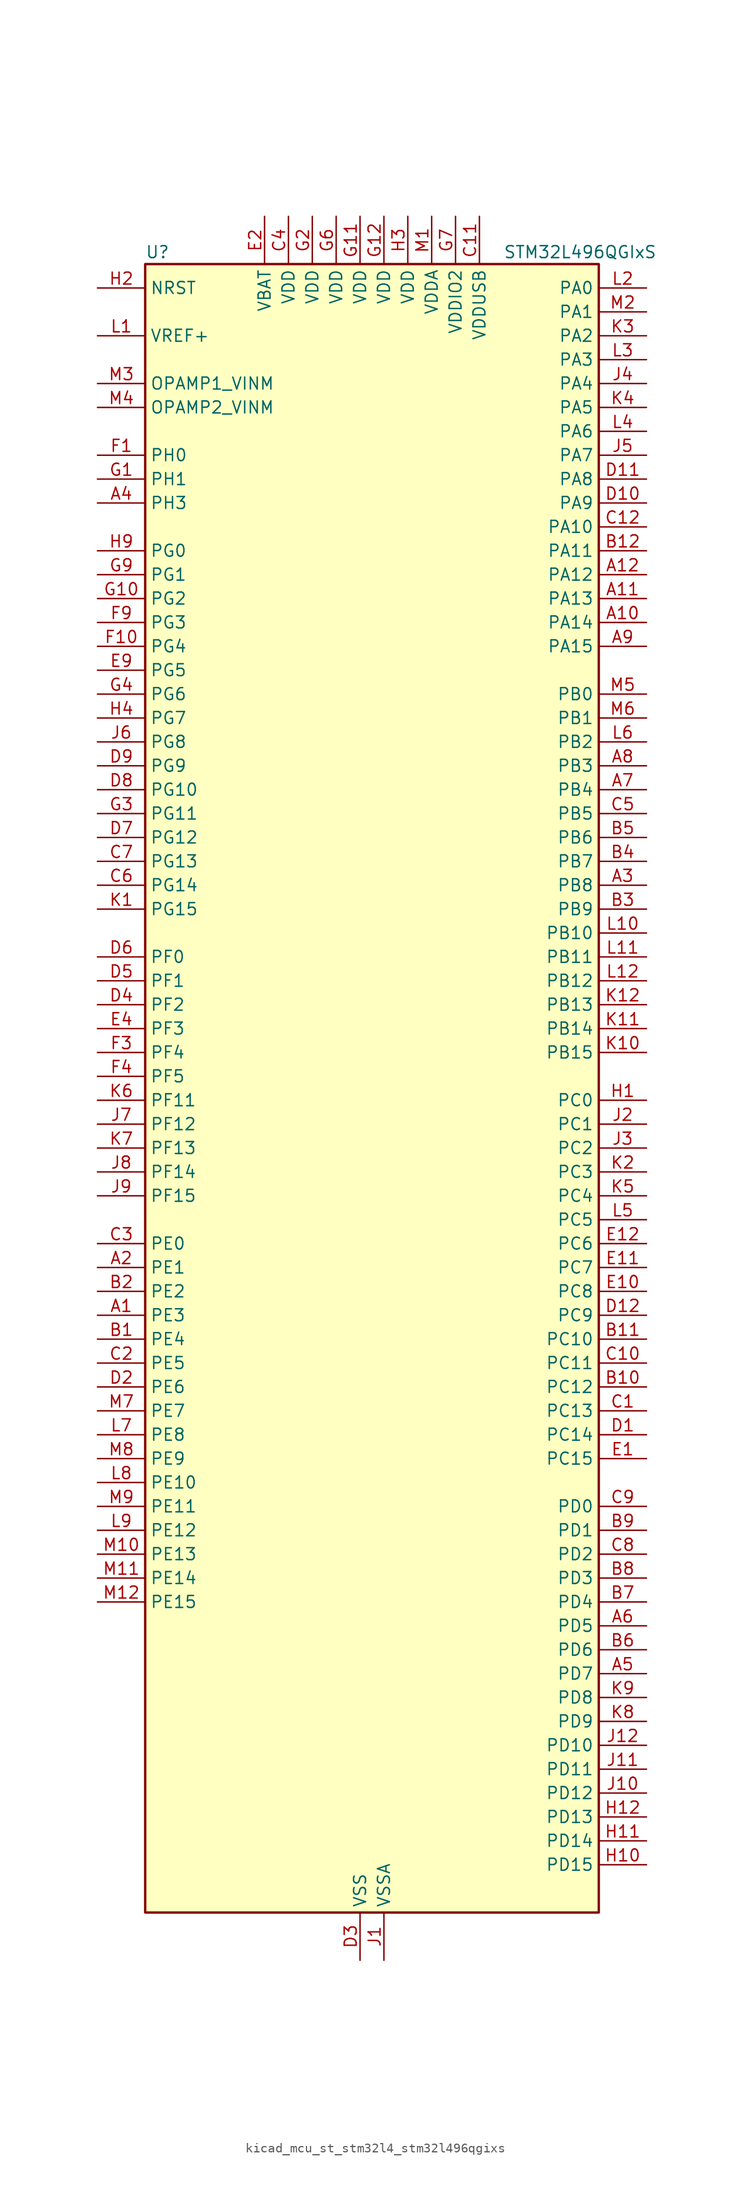
<source format=kicad_sym>
(kicad_symbol_lib
  (version 20220914)
  (generator kicad_symbol_editor)
  (symbol "kicad_mcu_st_stm32l4_stm32l496qgixs"
    (property "Reference" "U"
      (at -22.86 90.17 0)
      (effects (font (size 1.27 1.27)) (justify left)))
    (property "Value" "STM32L496QGIxS"
      (at 15.24 90.17 0)
      (effects (font (size 1.27 1.27)) (justify left)))
    (property "ki_locked" ""
      (at 0 0 0)
      (effects (font (size 1.27 1.27))))
    (symbol "kicad_mcu_st_stm32l4_stm32l496qgixs_0_1"
      (rectangle (start -22.86 -86.36) (end 25.4 88.9) (stroke (width 0.254) (type default)) (fill (type background))))
    (symbol "kicad_mcu_st_stm32l4_stm32l496qgixs_1_1"
      (pin bidirectional line (at -27.94 -22.86 0) (length 5.08) (name "PE3" (effects (font (size 1.27 1.27)))) (number "A1" (effects (font (size 1.27 1.27)))) (alternate "FMC_A19" bidirectional line) (alternate "LCD_SEG39" bidirectional line) (alternate "SAI1_SD_B" bidirectional line) (alternate "SYS_TRACED0" bidirectional line) (alternate "TIM3_CH1" bidirectional line) (alternate "TSC_G7_IO2" bidirectional line))
      (pin bidirectional line (at 30.48 50.8 180) (length 5.08) (name "PA14" (effects (font (size 1.27 1.27)))) (number "A10" (effects (font (size 1.27 1.27)))) (alternate "I2C1_SMBA" bidirectional line) (alternate "I2C4_SMBA" bidirectional line) (alternate "LPTIM1_OUT" bidirectional line) (alternate "SAI1_FS_B" bidirectional line) (alternate "SWPMI1_RX" bidirectional line) (alternate "SYS_JTCK-SWCLK" bidirectional line) (alternate "USB_OTG_FS_SOF" bidirectional line))
      (pin bidirectional line (at 30.48 53.34 180) (length 5.08) (name "PA13" (effects (font (size 1.27 1.27)))) (number "A11" (effects (font (size 1.27 1.27)))) (alternate "IR_OUT" bidirectional line) (alternate "SAI1_SD_B" bidirectional line) (alternate "SWPMI1_TX" bidirectional line) (alternate "SYS_JTMS-SWDIO" bidirectional line) (alternate "USB_OTG_FS_NOE" bidirectional line))
      (pin bidirectional line (at 30.48 55.88 180) (length 5.08) (name "PA12" (effects (font (size 1.27 1.27)))) (number "A12" (effects (font (size 1.27 1.27)))) (alternate "CAN1_TX" bidirectional line) (alternate "SPI1_MOSI" bidirectional line) (alternate "TIM1_ETR" bidirectional line) (alternate "USART1_DE" bidirectional line) (alternate "USART1_RTS" bidirectional line) (alternate "USB_OTG_FS_DP" bidirectional line))
      (pin bidirectional line (at -27.94 -17.78 0) (length 5.08) (name "PE1" (effects (font (size 1.27 1.27)))) (number "A2" (effects (font (size 1.27 1.27)))) (alternate "DCMI_D3" bidirectional line) (alternate "FMC_NBL1" bidirectional line) (alternate "LCD_SEG37" bidirectional line) (alternate "TIM17_CH1" bidirectional line))
      (pin bidirectional line (at 30.48 22.86 180) (length 5.08) (name "PB8" (effects (font (size 1.27 1.27)))) (number "A3" (effects (font (size 1.27 1.27)))) (alternate "CAN1_RX" bidirectional line) (alternate "DCMI_D6" bidirectional line) (alternate "DFSDM1_DATIN6" bidirectional line) (alternate "I2C1_SCL" bidirectional line) (alternate "LCD_SEG16" bidirectional line) (alternate "SAI1_MCLK_A" bidirectional line) (alternate "SDMMC1_D4" bidirectional line) (alternate "TIM16_CH1" bidirectional line) (alternate "TIM4_CH3" bidirectional line))
      (pin bidirectional line (at -27.94 63.5 0) (length 5.08) (name "PH3" (effects (font (size 1.27 1.27)))) (number "A4" (effects (font (size 1.27 1.27)))))
      (pin bidirectional line (at 30.48 -60.96 180) (length 5.08) (name "PD7" (effects (font (size 1.27 1.27)))) (number "A5" (effects (font (size 1.27 1.27)))) (alternate "DFSDM1_CKIN1" bidirectional line) (alternate "FMC_NE1" bidirectional line) (alternate "QUADSPI_BK2_IO3" bidirectional line) (alternate "USART2_CK" bidirectional line))
      (pin bidirectional line (at 30.48 -55.88 180) (length 5.08) (name "PD5" (effects (font (size 1.27 1.27)))) (number "A6" (effects (font (size 1.27 1.27)))) (alternate "FMC_NWE" bidirectional line) (alternate "QUADSPI_BK2_IO1" bidirectional line) (alternate "USART2_TX" bidirectional line))
      (pin bidirectional line (at 30.48 33.02 180) (length 5.08) (name "PB4" (effects (font (size 1.27 1.27)))) (number "A7" (effects (font (size 1.27 1.27)))) (alternate "COMP2_INP" bidirectional line) (alternate "DCMI_D12" bidirectional line) (alternate "I2C3_SDA" bidirectional line) (alternate "LCD_SEG8" bidirectional line) (alternate "SAI1_MCLK_B" bidirectional line) (alternate "SPI1_MISO" bidirectional line) (alternate "SPI3_MISO" bidirectional line) (alternate "SYS_JTRST" bidirectional line) (alternate "TIM17_BKIN" bidirectional line) (alternate "TIM3_CH1" bidirectional line) (alternate "TSC_G2_IO1" bidirectional line) (alternate "UART5_DE" bidirectional line) (alternate "UART5_RTS" bidirectional line) (alternate "USART1_CTS" bidirectional line))
      (pin bidirectional line (at 30.48 35.56 180) (length 5.08) (name "PB3" (effects (font (size 1.27 1.27)))) (number "A8" (effects (font (size 1.27 1.27)))) (alternate "COMP2_INM" bidirectional line) (alternate "CRS_SYNC" bidirectional line) (alternate "LCD_SEG7" bidirectional line) (alternate "SAI1_SCK_B" bidirectional line) (alternate "SPI1_SCK" bidirectional line) (alternate "SPI3_SCK" bidirectional line) (alternate "SYS_JTDO-SWO" bidirectional line) (alternate "TIM2_CH2" bidirectional line) (alternate "USART1_DE" bidirectional line) (alternate "USART1_RTS" bidirectional line))
      (pin bidirectional line (at 30.48 48.26 180) (length 5.08) (name "PA15" (effects (font (size 1.27 1.27)))) (number "A9" (effects (font (size 1.27 1.27)))) (alternate "ADC1_EXTI15" bidirectional line) (alternate "ADC2_EXTI15" bidirectional line) (alternate "ADC3_EXTI15" bidirectional line) (alternate "LCD_SEG17" bidirectional line) (alternate "SAI2_FS_B" bidirectional line) (alternate "SPI1_NSS" bidirectional line) (alternate "SPI3_NSS" bidirectional line) (alternate "SWPMI1_SUSPEND" bidirectional line) (alternate "SYS_JTDI" bidirectional line) (alternate "TIM2_CH1" bidirectional line) (alternate "TIM2_ETR" bidirectional line) (alternate "TSC_G3_IO1" bidirectional line) (alternate "UART4_DE" bidirectional line) (alternate "UART4_RTS" bidirectional line) (alternate "USART2_RX" bidirectional line) (alternate "USART3_DE" bidirectional line) (alternate "USART3_RTS" bidirectional line))
      (pin bidirectional line (at -27.94 -25.4 0) (length 5.08) (name "PE4" (effects (font (size 1.27 1.27)))) (number "B1" (effects (font (size 1.27 1.27)))) (alternate "DCMI_D4" bidirectional line) (alternate "DFSDM1_DATIN3" bidirectional line) (alternate "FMC_A20" bidirectional line) (alternate "SAI1_FS_A" bidirectional line) (alternate "SYS_TRACED1" bidirectional line) (alternate "TIM3_CH2" bidirectional line) (alternate "TSC_G7_IO3" bidirectional line))
      (pin bidirectional line (at 30.48 -30.48 180) (length 5.08) (name "PC12" (effects (font (size 1.27 1.27)))) (number "B10" (effects (font (size 1.27 1.27)))) (alternate "DCMI_D9" bidirectional line) (alternate "LCD_COM6" bidirectional line) (alternate "LCD_SEG30" bidirectional line) (alternate "LCD_SEG42" bidirectional line) (alternate "SAI2_SD_B" bidirectional line) (alternate "SDMMC1_CK" bidirectional line) (alternate "SPI3_MOSI" bidirectional line) (alternate "SYS_TRACED3" bidirectional line) (alternate "TSC_G3_IO4" bidirectional line) (alternate "UART5_TX" bidirectional line) (alternate "USART3_CK" bidirectional line))
      (pin bidirectional line (at 30.48 -25.4 180) (length 5.08) (name "PC10" (effects (font (size 1.27 1.27)))) (number "B11" (effects (font (size 1.27 1.27)))) (alternate "DCMI_D8" bidirectional line) (alternate "LCD_COM4" bidirectional line) (alternate "LCD_SEG28" bidirectional line) (alternate "LCD_SEG40" bidirectional line) (alternate "SAI2_SCK_B" bidirectional line) (alternate "SDMMC1_D2" bidirectional line) (alternate "SPI3_SCK" bidirectional line) (alternate "SYS_TRACED1" bidirectional line) (alternate "TSC_G3_IO2" bidirectional line) (alternate "UART4_TX" bidirectional line) (alternate "USART3_TX" bidirectional line))
      (pin bidirectional line (at 30.48 58.42 180) (length 5.08) (name "PA11" (effects (font (size 1.27 1.27)))) (number "B12" (effects (font (size 1.27 1.27)))) (alternate "ADC1_EXTI11" bidirectional line) (alternate "ADC2_EXTI11" bidirectional line) (alternate "ADC3_EXTI11" bidirectional line) (alternate "CAN1_RX" bidirectional line) (alternate "SPI1_MISO" bidirectional line) (alternate "TIM1_BKIN2" bidirectional line) (alternate "TIM1_BKIN2_COMP1" bidirectional line) (alternate "TIM1_CH4" bidirectional line) (alternate "USART1_CTS" bidirectional line) (alternate "USB_OTG_FS_DM" bidirectional line))
      (pin bidirectional line (at -27.94 -20.32 0) (length 5.08) (name "PE2" (effects (font (size 1.27 1.27)))) (number "B2" (effects (font (size 1.27 1.27)))) (alternate "FMC_A23" bidirectional line) (alternate "LCD_SEG38" bidirectional line) (alternate "SAI1_MCLK_A" bidirectional line) (alternate "SYS_TRACECLK" bidirectional line) (alternate "TIM3_ETR" bidirectional line) (alternate "TSC_G7_IO1" bidirectional line))
      (pin bidirectional line (at 30.48 20.32 180) (length 5.08) (name "PB9" (effects (font (size 1.27 1.27)))) (number "B3" (effects (font (size 1.27 1.27)))) (alternate "CAN1_TX" bidirectional line) (alternate "DAC1_EXTI9" bidirectional line) (alternate "DCMI_D7" bidirectional line) (alternate "DFSDM1_CKIN6" bidirectional line) (alternate "I2C1_SDA" bidirectional line) (alternate "IR_OUT" bidirectional line) (alternate "LCD_COM3" bidirectional line) (alternate "SAI1_FS_A" bidirectional line) (alternate "SDMMC1_D5" bidirectional line) (alternate "SPI2_NSS" bidirectional line) (alternate "TIM17_CH1" bidirectional line) (alternate "TIM4_CH4" bidirectional line))
      (pin bidirectional line (at 30.48 25.4 180) (length 5.08) (name "PB7" (effects (font (size 1.27 1.27)))) (number "B4" (effects (font (size 1.27 1.27)))) (alternate "COMP2_INM" bidirectional line) (alternate "DCMI_VSYNC" bidirectional line) (alternate "DFSDM1_CKIN5" bidirectional line) (alternate "FMC_NL" bidirectional line) (alternate "I2C1_SDA" bidirectional line) (alternate "I2C4_SDA" bidirectional line) (alternate "LCD_SEG21" bidirectional line) (alternate "LPTIM1_IN2" bidirectional line) (alternate "SYS_PVD_IN" bidirectional line) (alternate "TIM17_CH1N" bidirectional line) (alternate "TIM4_CH2" bidirectional line) (alternate "TIM8_BKIN" bidirectional line) (alternate "TIM8_BKIN_COMP1" bidirectional line) (alternate "TSC_G2_IO4" bidirectional line) (alternate "UART4_CTS" bidirectional line) (alternate "USART1_RX" bidirectional line))
      (pin bidirectional line (at 30.48 27.94 180) (length 5.08) (name "PB6" (effects (font (size 1.27 1.27)))) (number "B5" (effects (font (size 1.27 1.27)))) (alternate "CAN2_TX" bidirectional line) (alternate "COMP2_INP" bidirectional line) (alternate "DCMI_D5" bidirectional line) (alternate "DFSDM1_DATIN5" bidirectional line) (alternate "I2C1_SCL" bidirectional line) (alternate "I2C4_SCL" bidirectional line) (alternate "LPTIM1_ETR" bidirectional line) (alternate "SAI1_FS_B" bidirectional line) (alternate "TIM16_CH1N" bidirectional line) (alternate "TIM4_CH1" bidirectional line) (alternate "TIM8_BKIN2" bidirectional line) (alternate "TIM8_BKIN2_COMP2" bidirectional line) (alternate "TSC_G2_IO3" bidirectional line) (alternate "USART1_TX" bidirectional line))
      (pin bidirectional line (at 30.48 -58.42 180) (length 5.08) (name "PD6" (effects (font (size 1.27 1.27)))) (number "B6" (effects (font (size 1.27 1.27)))) (alternate "DCMI_D10" bidirectional line) (alternate "DFSDM1_DATIN1" bidirectional line) (alternate "FMC_NWAIT" bidirectional line) (alternate "QUADSPI_BK2_IO1" bidirectional line) (alternate "QUADSPI_BK2_IO2" bidirectional line) (alternate "SAI1_SD_A" bidirectional line) (alternate "USART2_RX" bidirectional line))
      (pin bidirectional line (at 30.48 -53.34 180) (length 5.08) (name "PD4" (effects (font (size 1.27 1.27)))) (number "B7" (effects (font (size 1.27 1.27)))) (alternate "DFSDM1_CKIN0" bidirectional line) (alternate "FMC_NOE" bidirectional line) (alternate "QUADSPI_BK2_IO0" bidirectional line) (alternate "SPI2_MOSI" bidirectional line) (alternate "USART2_DE" bidirectional line) (alternate "USART2_RTS" bidirectional line))
      (pin bidirectional line (at 30.48 -50.8 180) (length 5.08) (name "PD3" (effects (font (size 1.27 1.27)))) (number "B8" (effects (font (size 1.27 1.27)))) (alternate "DCMI_D5" bidirectional line) (alternate "DFSDM1_DATIN0" bidirectional line) (alternate "FMC_CLK" bidirectional line) (alternate "QUADSPI_BK2_NCS" bidirectional line) (alternate "SPI2_MISO" bidirectional line) (alternate "SPI2_SCK" bidirectional line) (alternate "USART2_CTS" bidirectional line))
      (pin bidirectional line (at 30.48 -45.72 180) (length 5.08) (name "PD1" (effects (font (size 1.27 1.27)))) (number "B9" (effects (font (size 1.27 1.27)))) (alternate "CAN1_TX" bidirectional line) (alternate "DFSDM1_CKIN7" bidirectional line) (alternate "FMC_D3" bidirectional line) (alternate "FMC_DA3" bidirectional line) (alternate "SPI2_SCK" bidirectional line))
      (pin bidirectional line (at 30.48 -33.02 180) (length 5.08) (name "PC13" (effects (font (size 1.27 1.27)))) (number "C1" (effects (font (size 1.27 1.27)))) (alternate "RTC_OUT_ALARM" bidirectional line) (alternate "RTC_OUT_CALIB" bidirectional line) (alternate "RTC_TAMP1" bidirectional line) (alternate "RTC_TS" bidirectional line) (alternate "SYS_WKUP2" bidirectional line))
      (pin bidirectional line (at 30.48 -27.94 180) (length 5.08) (name "PC11" (effects (font (size 1.27 1.27)))) (number "C10" (effects (font (size 1.27 1.27)))) (alternate "ADC1_EXTI11" bidirectional line) (alternate "ADC2_EXTI11" bidirectional line) (alternate "ADC3_EXTI11" bidirectional line) (alternate "DCMI_D4" bidirectional line) (alternate "LCD_COM5" bidirectional line) (alternate "LCD_SEG29" bidirectional line) (alternate "LCD_SEG41" bidirectional line) (alternate "QUADSPI_BK2_NCS" bidirectional line) (alternate "SAI2_MCLK_B" bidirectional line) (alternate "SDMMC1_D3" bidirectional line) (alternate "SPI3_MISO" bidirectional line) (alternate "TSC_G3_IO3" bidirectional line) (alternate "UART4_RX" bidirectional line) (alternate "USART3_RX" bidirectional line))
      (pin power_in line (at 12.7 93.98 270) (length 5.08) (name "VDDUSB" (effects (font (size 1.27 1.27)))) (number "C11" (effects (font (size 1.27 1.27)))))
      (pin bidirectional line (at 30.48 60.96 180) (length 5.08) (name "PA10" (effects (font (size 1.27 1.27)))) (number "C12" (effects (font (size 1.27 1.27)))) (alternate "DCMI_D1" bidirectional line) (alternate "LCD_COM2" bidirectional line) (alternate "SAI1_SD_A" bidirectional line) (alternate "TIM17_BKIN" bidirectional line) (alternate "TIM1_CH3" bidirectional line) (alternate "USART1_RX" bidirectional line) (alternate "USB_OTG_FS_ID" bidirectional line))
      (pin bidirectional line (at -27.94 -27.94 0) (length 5.08) (name "PE5" (effects (font (size 1.27 1.27)))) (number "C2" (effects (font (size 1.27 1.27)))) (alternate "DCMI_D6" bidirectional line) (alternate "DFSDM1_CKIN3" bidirectional line) (alternate "FMC_A21" bidirectional line) (alternate "SAI1_SCK_A" bidirectional line) (alternate "SYS_TRACED2" bidirectional line) (alternate "TIM3_CH3" bidirectional line) (alternate "TSC_G7_IO4" bidirectional line))
      (pin bidirectional line (at -27.94 -15.24 0) (length 5.08) (name "PE0" (effects (font (size 1.27 1.27)))) (number "C3" (effects (font (size 1.27 1.27)))) (alternate "DCMI_D2" bidirectional line) (alternate "FMC_NBL0" bidirectional line) (alternate "LCD_SEG36" bidirectional line) (alternate "TIM16_CH1" bidirectional line) (alternate "TIM4_ETR" bidirectional line))
      (pin power_in line (at -7.62 93.98 270) (length 5.08) (name "VDD" (effects (font (size 1.27 1.27)))) (number "C4" (effects (font (size 1.27 1.27)))))
      (pin bidirectional line (at 30.48 30.48 180) (length 5.08) (name "PB5" (effects (font (size 1.27 1.27)))) (number "C5" (effects (font (size 1.27 1.27)))) (alternate "CAN2_RX" bidirectional line) (alternate "COMP2_OUT" bidirectional line) (alternate "DCMI_D10" bidirectional line) (alternate "I2C1_SMBA" bidirectional line) (alternate "LCD_SEG9" bidirectional line) (alternate "LPTIM1_IN1" bidirectional line) (alternate "SAI1_SD_B" bidirectional line) (alternate "SPI1_MOSI" bidirectional line) (alternate "SPI3_MOSI" bidirectional line) (alternate "TIM16_BKIN" bidirectional line) (alternate "TIM3_CH2" bidirectional line) (alternate "TSC_G2_IO2" bidirectional line) (alternate "UART5_CTS" bidirectional line) (alternate "USART1_CK" bidirectional line))
      (pin bidirectional line (at -27.94 22.86 0) (length 5.08) (name "PG14" (effects (font (size 1.27 1.27)))) (number "C6" (effects (font (size 1.27 1.27)))) (alternate "FMC_A25" bidirectional line) (alternate "I2C1_SCL" bidirectional line))
      (pin bidirectional line (at -27.94 25.4 0) (length 5.08) (name "PG13" (effects (font (size 1.27 1.27)))) (number "C7" (effects (font (size 1.27 1.27)))) (alternate "FMC_A24" bidirectional line) (alternate "I2C1_SDA" bidirectional line) (alternate "USART1_CK" bidirectional line))
      (pin bidirectional line (at 30.48 -48.26 180) (length 5.08) (name "PD2" (effects (font (size 1.27 1.27)))) (number "C8" (effects (font (size 1.27 1.27)))) (alternate "DCMI_D11" bidirectional line) (alternate "LCD_COM7" bidirectional line) (alternate "LCD_SEG31" bidirectional line) (alternate "LCD_SEG43" bidirectional line) (alternate "SDMMC1_CMD" bidirectional line) (alternate "SYS_TRACED2" bidirectional line) (alternate "TIM3_ETR" bidirectional line) (alternate "TSC_SYNC" bidirectional line) (alternate "UART5_RX" bidirectional line) (alternate "USART3_DE" bidirectional line) (alternate "USART3_RTS" bidirectional line))
      (pin bidirectional line (at 30.48 -43.18 180) (length 5.08) (name "PD0" (effects (font (size 1.27 1.27)))) (number "C9" (effects (font (size 1.27 1.27)))) (alternate "CAN1_RX" bidirectional line) (alternate "DFSDM1_DATIN7" bidirectional line) (alternate "FMC_D2" bidirectional line) (alternate "FMC_DA2" bidirectional line) (alternate "SPI2_NSS" bidirectional line))
      (pin bidirectional line (at 30.48 -35.56 180) (length 5.08) (name "PC14" (effects (font (size 1.27 1.27)))) (number "D1" (effects (font (size 1.27 1.27)))) (alternate "RCC_OSC32_IN" bidirectional line))
      (pin bidirectional line (at 30.48 63.5 180) (length 5.08) (name "PA9" (effects (font (size 1.27 1.27)))) (number "D10" (effects (font (size 1.27 1.27)))) (alternate "DAC1_EXTI9" bidirectional line) (alternate "DCMI_D0" bidirectional line) (alternate "LCD_COM1" bidirectional line) (alternate "SAI1_FS_A" bidirectional line) (alternate "SPI2_SCK" bidirectional line) (alternate "TIM15_BKIN" bidirectional line) (alternate "TIM1_CH2" bidirectional line) (alternate "USART1_TX" bidirectional line) (alternate "USB_OTG_FS_VBUS" bidirectional line))
      (pin bidirectional line (at 30.48 66.04 180) (length 5.08) (name "PA8" (effects (font (size 1.27 1.27)))) (number "D11" (effects (font (size 1.27 1.27)))) (alternate "LCD_COM0" bidirectional line) (alternate "LPTIM2_OUT" bidirectional line) (alternate "RCC_MCO" bidirectional line) (alternate "SAI1_SCK_A" bidirectional line) (alternate "SWPMI1_IO" bidirectional line) (alternate "TIM1_CH1" bidirectional line) (alternate "USART1_CK" bidirectional line) (alternate "USB_OTG_FS_SOF" bidirectional line))
      (pin bidirectional line (at 30.48 -22.86 180) (length 5.08) (name "PC9" (effects (font (size 1.27 1.27)))) (number "D12" (effects (font (size 1.27 1.27)))) (alternate "DAC1_EXTI9" bidirectional line) (alternate "DCMI_D3" bidirectional line) (alternate "I2C3_SDA" bidirectional line) (alternate "LCD_SEG27" bidirectional line) (alternate "SAI2_EXTCLK" bidirectional line) (alternate "SDMMC1_D1" bidirectional line) (alternate "TIM3_CH4" bidirectional line) (alternate "TIM8_BKIN2" bidirectional line) (alternate "TIM8_BKIN2_COMP1" bidirectional line) (alternate "TIM8_CH4" bidirectional line) (alternate "TSC_G4_IO4" bidirectional line) (alternate "USB_OTG_FS_NOE" bidirectional line))
      (pin bidirectional line (at -27.94 -30.48 0) (length 5.08) (name "PE6" (effects (font (size 1.27 1.27)))) (number "D2" (effects (font (size 1.27 1.27)))) (alternate "DCMI_D7" bidirectional line) (alternate "FMC_A22" bidirectional line) (alternate "RTC_TAMP3" bidirectional line) (alternate "SAI1_SD_A" bidirectional line) (alternate "SYS_TRACED3" bidirectional line) (alternate "SYS_WKUP3" bidirectional line) (alternate "TIM3_CH4" bidirectional line))
      (pin power_in line (at 0 -91.44 90) (length 5.08) (name "VSS" (effects (font (size 1.27 1.27)))) (number "D3" (effects (font (size 1.27 1.27)))))
      (pin bidirectional line (at -27.94 10.16 0) (length 5.08) (name "PF2" (effects (font (size 1.27 1.27)))) (number "D4" (effects (font (size 1.27 1.27)))) (alternate "FMC_A2" bidirectional line) (alternate "I2C2_SMBA" bidirectional line))
      (pin bidirectional line (at -27.94 12.7 0) (length 5.08) (name "PF1" (effects (font (size 1.27 1.27)))) (number "D5" (effects (font (size 1.27 1.27)))) (alternate "FMC_A1" bidirectional line) (alternate "I2C2_SCL" bidirectional line))
      (pin bidirectional line (at -27.94 15.24 0) (length 5.08) (name "PF0" (effects (font (size 1.27 1.27)))) (number "D6" (effects (font (size 1.27 1.27)))) (alternate "FMC_A0" bidirectional line) (alternate "I2C2_SDA" bidirectional line))
      (pin bidirectional line (at -27.94 27.94 0) (length 5.08) (name "PG12" (effects (font (size 1.27 1.27)))) (number "D7" (effects (font (size 1.27 1.27)))) (alternate "FMC_NE4" bidirectional line) (alternate "LPTIM1_ETR" bidirectional line) (alternate "SAI2_SD_A" bidirectional line) (alternate "SPI3_NSS" bidirectional line) (alternate "USART1_DE" bidirectional line) (alternate "USART1_RTS" bidirectional line))
      (pin bidirectional line (at -27.94 33.02 0) (length 5.08) (name "PG10" (effects (font (size 1.27 1.27)))) (number "D8" (effects (font (size 1.27 1.27)))) (alternate "FMC_NE3" bidirectional line) (alternate "LPTIM1_IN1" bidirectional line) (alternate "SAI2_FS_A" bidirectional line) (alternate "SPI3_MISO" bidirectional line) (alternate "TIM15_CH1" bidirectional line) (alternate "USART1_RX" bidirectional line))
      (pin bidirectional line (at -27.94 35.56 0) (length 5.08) (name "PG9" (effects (font (size 1.27 1.27)))) (number "D9" (effects (font (size 1.27 1.27)))) (alternate "DAC1_EXTI9" bidirectional line) (alternate "FMC_NCE" bidirectional line) (alternate "FMC_NE2" bidirectional line) (alternate "SAI2_SCK_A" bidirectional line) (alternate "SPI3_SCK" bidirectional line) (alternate "TIM15_CH1N" bidirectional line) (alternate "USART1_TX" bidirectional line))
      (pin bidirectional line (at 30.48 -38.1 180) (length 5.08) (name "PC15" (effects (font (size 1.27 1.27)))) (number "E1" (effects (font (size 1.27 1.27)))) (alternate "ADC1_EXTI15" bidirectional line) (alternate "ADC2_EXTI15" bidirectional line) (alternate "ADC3_EXTI15" bidirectional line) (alternate "RCC_OSC32_OUT" bidirectional line))
      (pin bidirectional line (at 30.48 -20.32 180) (length 5.08) (name "PC8" (effects (font (size 1.27 1.27)))) (number "E10" (effects (font (size 1.27 1.27)))) (alternate "DCMI_D2" bidirectional line) (alternate "LCD_SEG26" bidirectional line) (alternate "SDMMC1_D0" bidirectional line) (alternate "TIM3_CH3" bidirectional line) (alternate "TIM8_CH3" bidirectional line) (alternate "TSC_G4_IO3" bidirectional line))
      (pin bidirectional line (at 30.48 -17.78 180) (length 5.08) (name "PC7" (effects (font (size 1.27 1.27)))) (number "E11" (effects (font (size 1.27 1.27)))) (alternate "DCMI_D1" bidirectional line) (alternate "DFSDM1_DATIN3" bidirectional line) (alternate "LCD_SEG25" bidirectional line) (alternate "SAI2_MCLK_B" bidirectional line) (alternate "SDMMC1_D7" bidirectional line) (alternate "TIM3_CH2" bidirectional line) (alternate "TIM8_CH2" bidirectional line) (alternate "TSC_G4_IO2" bidirectional line))
      (pin bidirectional line (at 30.48 -15.24 180) (length 5.08) (name "PC6" (effects (font (size 1.27 1.27)))) (number "E12" (effects (font (size 1.27 1.27)))) (alternate "DCMI_D0" bidirectional line) (alternate "DFSDM1_CKIN3" bidirectional line) (alternate "LCD_SEG24" bidirectional line) (alternate "SAI2_MCLK_A" bidirectional line) (alternate "SDMMC1_D6" bidirectional line) (alternate "TIM3_CH1" bidirectional line) (alternate "TIM8_CH1" bidirectional line) (alternate "TSC_G4_IO1" bidirectional line))
      (pin power_in line (at -10.16 93.98 270) (length 5.08) (name "VBAT" (effects (font (size 1.27 1.27)))) (number "E2" (effects (font (size 1.27 1.27)))))
      (pin passive line (at 0 -91.44 90) (length 5.08) hide (name "VSS" (effects (font (size 1.27 1.27)))) (number "E3" (effects (font (size 1.27 1.27)))))
      (pin bidirectional line (at -27.94 7.62 0) (length 5.08) (name "PF3" (effects (font (size 1.27 1.27)))) (number "E4" (effects (font (size 1.27 1.27)))) (alternate "ADC3_IN6" bidirectional line) (alternate "FMC_A3" bidirectional line))
      (pin bidirectional line (at -27.94 45.72 0) (length 5.08) (name "PG5" (effects (font (size 1.27 1.27)))) (number "E9" (effects (font (size 1.27 1.27)))) (alternate "FMC_A15" bidirectional line) (alternate "LPUART1_CTS" bidirectional line) (alternate "SAI2_SD_B" bidirectional line) (alternate "SPI1_NSS" bidirectional line))
      (pin bidirectional line (at -27.94 68.58 0) (length 5.08) (name "PH0" (effects (font (size 1.27 1.27)))) (number "F1" (effects (font (size 1.27 1.27)))) (alternate "RCC_OSC_IN" bidirectional line))
      (pin bidirectional line (at -27.94 48.26 0) (length 5.08) (name "PG4" (effects (font (size 1.27 1.27)))) (number "F10" (effects (font (size 1.27 1.27)))) (alternate "FMC_A14" bidirectional line) (alternate "SAI2_MCLK_B" bidirectional line) (alternate "SPI1_MOSI" bidirectional line))
      (pin passive line (at 0 -91.44 90) (length 5.08) hide (name "VSS" (effects (font (size 1.27 1.27)))) (number "F11" (effects (font (size 1.27 1.27)))))
      (pin passive line (at 0 -91.44 90) (length 5.08) hide (name "VSS" (effects (font (size 1.27 1.27)))) (number "F12" (effects (font (size 1.27 1.27)))))
      (pin passive line (at 0 -91.44 90) (length 5.08) hide (name "VSS" (effects (font (size 1.27 1.27)))) (number "F2" (effects (font (size 1.27 1.27)))))
      (pin bidirectional line (at -27.94 5.08 0) (length 5.08) (name "PF4" (effects (font (size 1.27 1.27)))) (number "F3" (effects (font (size 1.27 1.27)))) (alternate "ADC3_IN7" bidirectional line) (alternate "FMC_A4" bidirectional line))
      (pin bidirectional line (at -27.94 2.54 0) (length 5.08) (name "PF5" (effects (font (size 1.27 1.27)))) (number "F4" (effects (font (size 1.27 1.27)))) (alternate "ADC3_IN8" bidirectional line) (alternate "FMC_A5" bidirectional line))
      (pin passive line (at 0 -91.44 90) (length 5.08) hide (name "VSS" (effects (font (size 1.27 1.27)))) (number "F6" (effects (font (size 1.27 1.27)))))
      (pin passive line (at 0 -91.44 90) (length 5.08) hide (name "VSS" (effects (font (size 1.27 1.27)))) (number "F7" (effects (font (size 1.27 1.27)))))
      (pin bidirectional line (at -27.94 50.8 0) (length 5.08) (name "PG3" (effects (font (size 1.27 1.27)))) (number "F9" (effects (font (size 1.27 1.27)))) (alternate "FMC_A13" bidirectional line) (alternate "SAI2_FS_B" bidirectional line) (alternate "SPI1_MISO" bidirectional line))
      (pin bidirectional line (at -27.94 66.04 0) (length 5.08) (name "PH1" (effects (font (size 1.27 1.27)))) (number "G1" (effects (font (size 1.27 1.27)))) (alternate "RCC_OSC_OUT" bidirectional line))
      (pin bidirectional line (at -27.94 53.34 0) (length 5.08) (name "PG2" (effects (font (size 1.27 1.27)))) (number "G10" (effects (font (size 1.27 1.27)))) (alternate "FMC_A12" bidirectional line) (alternate "SAI2_SCK_B" bidirectional line) (alternate "SPI1_SCK" bidirectional line))
      (pin power_in line (at 0 93.98 270) (length 5.08) (name "VDD" (effects (font (size 1.27 1.27)))) (number "G11" (effects (font (size 1.27 1.27)))))
      (pin power_in line (at 2.54 93.98 270) (length 5.08) (name "VDD" (effects (font (size 1.27 1.27)))) (number "G12" (effects (font (size 1.27 1.27)))))
      (pin power_in line (at -5.08 93.98 270) (length 5.08) (name "VDD" (effects (font (size 1.27 1.27)))) (number "G2" (effects (font (size 1.27 1.27)))))
      (pin bidirectional line (at -27.94 30.48 0) (length 5.08) (name "PG11" (effects (font (size 1.27 1.27)))) (number "G3" (effects (font (size 1.27 1.27)))) (alternate "ADC1_EXTI11" bidirectional line) (alternate "ADC2_EXTI11" bidirectional line) (alternate "ADC3_EXTI11" bidirectional line) (alternate "LPTIM1_IN2" bidirectional line) (alternate "SAI2_MCLK_A" bidirectional line) (alternate "SPI3_MOSI" bidirectional line) (alternate "TIM15_CH2" bidirectional line) (alternate "USART1_CTS" bidirectional line))
      (pin bidirectional line (at -27.94 43.18 0) (length 5.08) (name "PG6" (effects (font (size 1.27 1.27)))) (number "G4" (effects (font (size 1.27 1.27)))) (alternate "I2C3_SMBA" bidirectional line) (alternate "LPUART1_DE" bidirectional line) (alternate "LPUART1_RTS" bidirectional line))
      (pin power_in line (at -2.54 93.98 270) (length 5.08) (name "VDD" (effects (font (size 1.27 1.27)))) (number "G6" (effects (font (size 1.27 1.27)))))
      (pin power_in line (at 10.16 93.98 270) (length 5.08) (name "VDDIO2" (effects (font (size 1.27 1.27)))) (number "G7" (effects (font (size 1.27 1.27)))))
      (pin bidirectional line (at -27.94 55.88 0) (length 5.08) (name "PG1" (effects (font (size 1.27 1.27)))) (number "G9" (effects (font (size 1.27 1.27)))) (alternate "FMC_A11" bidirectional line) (alternate "TSC_G8_IO4" bidirectional line))
      (pin bidirectional line (at 30.48 0 180) (length 5.08) (name "PC0" (effects (font (size 1.27 1.27)))) (number "H1" (effects (font (size 1.27 1.27)))) (alternate "ADC1_IN1" bidirectional line) (alternate "ADC2_IN1" bidirectional line) (alternate "ADC3_IN1" bidirectional line) (alternate "DFSDM1_DATIN4" bidirectional line) (alternate "I2C3_SCL" bidirectional line) (alternate "I2C4_SCL" bidirectional line) (alternate "LCD_SEG18" bidirectional line) (alternate "LPTIM1_IN1" bidirectional line) (alternate "LPTIM2_IN1" bidirectional line) (alternate "LPUART1_RX" bidirectional line))
      (pin bidirectional line (at 30.48 -81.28 180) (length 5.08) (name "PD15" (effects (font (size 1.27 1.27)))) (number "H10" (effects (font (size 1.27 1.27)))) (alternate "ADC1_EXTI15" bidirectional line) (alternate "ADC2_EXTI15" bidirectional line) (alternate "ADC3_EXTI15" bidirectional line) (alternate "FMC_D1" bidirectional line) (alternate "FMC_DA1" bidirectional line) (alternate "LCD_SEG35" bidirectional line) (alternate "TIM4_CH4" bidirectional line))
      (pin bidirectional line (at 30.48 -78.74 180) (length 5.08) (name "PD14" (effects (font (size 1.27 1.27)))) (number "H11" (effects (font (size 1.27 1.27)))) (alternate "FMC_D0" bidirectional line) (alternate "FMC_DA0" bidirectional line) (alternate "LCD_SEG34" bidirectional line) (alternate "TIM4_CH3" bidirectional line))
      (pin bidirectional line (at 30.48 -76.2 180) (length 5.08) (name "PD13" (effects (font (size 1.27 1.27)))) (number "H12" (effects (font (size 1.27 1.27)))) (alternate "FMC_A18" bidirectional line) (alternate "I2C4_SDA" bidirectional line) (alternate "LCD_SEG33" bidirectional line) (alternate "LPTIM2_OUT" bidirectional line) (alternate "TIM4_CH2" bidirectional line) (alternate "TSC_G6_IO4" bidirectional line))
      (pin input line (at -27.94 86.36 0) (length 5.08) (name "NRST" (effects (font (size 1.27 1.27)))) (number "H2" (effects (font (size 1.27 1.27)))))
      (pin power_in line (at 5.08 93.98 270) (length 5.08) (name "VDD" (effects (font (size 1.27 1.27)))) (number "H3" (effects (font (size 1.27 1.27)))))
      (pin bidirectional line (at -27.94 40.64 0) (length 5.08) (name "PG7" (effects (font (size 1.27 1.27)))) (number "H4" (effects (font (size 1.27 1.27)))) (alternate "FMC_INT" bidirectional line) (alternate "I2C3_SCL" bidirectional line) (alternate "LPUART1_TX" bidirectional line) (alternate "SAI1_MCLK_A" bidirectional line))
      (pin bidirectional line (at -27.94 58.42 0) (length 5.08) (name "PG0" (effects (font (size 1.27 1.27)))) (number "H9" (effects (font (size 1.27 1.27)))) (alternate "FMC_A10" bidirectional line) (alternate "TSC_G8_IO3" bidirectional line))
      (pin power_in line (at 2.54 -91.44 90) (length 5.08) (name "VSSA" (effects (font (size 1.27 1.27)))) (number "J1" (effects (font (size 1.27 1.27)))))
      (pin bidirectional line (at 30.48 -73.66 180) (length 5.08) (name "PD12" (effects (font (size 1.27 1.27)))) (number "J10" (effects (font (size 1.27 1.27)))) (alternate "FMC_A17" bidirectional line) (alternate "FMC_ALE" bidirectional line) (alternate "I2C4_SCL" bidirectional line) (alternate "LCD_SEG32" bidirectional line) (alternate "LPTIM2_IN1" bidirectional line) (alternate "SAI2_FS_A" bidirectional line) (alternate "TIM4_CH1" bidirectional line) (alternate "TSC_G6_IO3" bidirectional line) (alternate "USART3_DE" bidirectional line) (alternate "USART3_RTS" bidirectional line))
      (pin bidirectional line (at 30.48 -71.12 180) (length 5.08) (name "PD11" (effects (font (size 1.27 1.27)))) (number "J11" (effects (font (size 1.27 1.27)))) (alternate "ADC1_EXTI11" bidirectional line) (alternate "ADC2_EXTI11" bidirectional line) (alternate "ADC3_EXTI11" bidirectional line) (alternate "FMC_A16" bidirectional line) (alternate "FMC_CLE" bidirectional line) (alternate "I2C4_SMBA" bidirectional line) (alternate "LCD_SEG31" bidirectional line) (alternate "LPTIM2_ETR" bidirectional line) (alternate "SAI2_SD_A" bidirectional line) (alternate "TSC_G6_IO2" bidirectional line) (alternate "USART3_CTS" bidirectional line))
      (pin bidirectional line (at 30.48 -68.58 180) (length 5.08) (name "PD10" (effects (font (size 1.27 1.27)))) (number "J12" (effects (font (size 1.27 1.27)))) (alternate "FMC_D15" bidirectional line) (alternate "FMC_DA15" bidirectional line) (alternate "LCD_SEG30" bidirectional line) (alternate "SAI2_SCK_A" bidirectional line) (alternate "TSC_G6_IO1" bidirectional line) (alternate "USART3_CK" bidirectional line))
      (pin bidirectional line (at 30.48 -2.54 180) (length 5.08) (name "PC1" (effects (font (size 1.27 1.27)))) (number "J2" (effects (font (size 1.27 1.27)))) (alternate "ADC1_IN2" bidirectional line) (alternate "ADC2_IN2" bidirectional line) (alternate "ADC3_IN2" bidirectional line) (alternate "DFSDM1_CKIN4" bidirectional line) (alternate "I2C3_SDA" bidirectional line) (alternate "I2C4_SDA" bidirectional line) (alternate "LCD_SEG19" bidirectional line) (alternate "LPTIM1_OUT" bidirectional line) (alternate "LPUART1_TX" bidirectional line) (alternate "QUADSPI_BK2_IO0" bidirectional line) (alternate "SAI1_SD_A" bidirectional line) (alternate "SPI2_MOSI" bidirectional line) (alternate "SYS_TRACED0" bidirectional line))
      (pin bidirectional line (at 30.48 -5.08 180) (length 5.08) (name "PC2" (effects (font (size 1.27 1.27)))) (number "J3" (effects (font (size 1.27 1.27)))) (alternate "ADC1_IN3" bidirectional line) (alternate "ADC2_IN3" bidirectional line) (alternate "ADC3_IN3" bidirectional line) (alternate "DFSDM1_CKOUT" bidirectional line) (alternate "LCD_SEG20" bidirectional line) (alternate "LPTIM1_IN2" bidirectional line) (alternate "QUADSPI_BK2_IO1" bidirectional line) (alternate "SPI2_MISO" bidirectional line))
      (pin bidirectional line (at 30.48 76.2 180) (length 5.08) (name "PA4" (effects (font (size 1.27 1.27)))) (number "J4" (effects (font (size 1.27 1.27)))) (alternate "ADC1_IN9" bidirectional line) (alternate "ADC2_IN9" bidirectional line) (alternate "DAC1_OUT1" bidirectional line) (alternate "DCMI_HSYNC" bidirectional line) (alternate "LPTIM2_OUT" bidirectional line) (alternate "SAI1_FS_B" bidirectional line) (alternate "SPI1_NSS" bidirectional line) (alternate "SPI3_NSS" bidirectional line) (alternate "USART2_CK" bidirectional line))
      (pin bidirectional line (at 30.48 68.58 180) (length 5.08) (name "PA7" (effects (font (size 1.27 1.27)))) (number "J5" (effects (font (size 1.27 1.27)))) (alternate "ADC1_IN12" bidirectional line) (alternate "ADC2_IN12" bidirectional line) (alternate "I2C3_SCL" bidirectional line) (alternate "LCD_SEG4" bidirectional line) (alternate "QUADSPI_BK1_IO2" bidirectional line) (alternate "SPI1_MOSI" bidirectional line) (alternate "TIM17_CH1" bidirectional line) (alternate "TIM1_CH1N" bidirectional line) (alternate "TIM3_CH2" bidirectional line) (alternate "TIM8_CH1N" bidirectional line))
      (pin bidirectional line (at -27.94 38.1 0) (length 5.08) (name "PG8" (effects (font (size 1.27 1.27)))) (number "J6" (effects (font (size 1.27 1.27)))) (alternate "I2C3_SDA" bidirectional line) (alternate "LPUART1_RX" bidirectional line))
      (pin bidirectional line (at -27.94 -2.54 0) (length 5.08) (name "PF12" (effects (font (size 1.27 1.27)))) (number "J7" (effects (font (size 1.27 1.27)))) (alternate "FMC_A6" bidirectional line))
      (pin bidirectional line (at -27.94 -7.62 0) (length 5.08) (name "PF14" (effects (font (size 1.27 1.27)))) (number "J8" (effects (font (size 1.27 1.27)))) (alternate "DFSDM1_CKIN6" bidirectional line) (alternate "FMC_A8" bidirectional line) (alternate "I2C4_SCL" bidirectional line) (alternate "TSC_G8_IO1" bidirectional line))
      (pin bidirectional line (at -27.94 -10.16 0) (length 5.08) (name "PF15" (effects (font (size 1.27 1.27)))) (number "J9" (effects (font (size 1.27 1.27)))) (alternate "ADC1_EXTI15" bidirectional line) (alternate "ADC2_EXTI15" bidirectional line) (alternate "ADC3_EXTI15" bidirectional line) (alternate "FMC_A9" bidirectional line) (alternate "I2C4_SDA" bidirectional line) (alternate "TSC_G8_IO2" bidirectional line))
      (pin bidirectional line (at -27.94 20.32 0) (length 5.08) (name "PG15" (effects (font (size 1.27 1.27)))) (number "K1" (effects (font (size 1.27 1.27)))) (alternate "ADC1_EXTI15" bidirectional line) (alternate "ADC2_EXTI15" bidirectional line) (alternate "ADC3_EXTI15" bidirectional line) (alternate "DCMI_D13" bidirectional line) (alternate "I2C1_SMBA" bidirectional line) (alternate "LPTIM1_OUT" bidirectional line))
      (pin bidirectional line (at 30.48 5.08 180) (length 5.08) (name "PB15" (effects (font (size 1.27 1.27)))) (number "K10" (effects (font (size 1.27 1.27)))) (alternate "ADC1_EXTI15" bidirectional line) (alternate "ADC2_EXTI15" bidirectional line) (alternate "ADC3_EXTI15" bidirectional line) (alternate "DFSDM1_CKIN2" bidirectional line) (alternate "LCD_SEG15" bidirectional line) (alternate "RTC_REFIN" bidirectional line) (alternate "SAI2_SD_A" bidirectional line) (alternate "SPI2_MOSI" bidirectional line) (alternate "SWPMI1_SUSPEND" bidirectional line) (alternate "TIM15_CH2" bidirectional line) (alternate "TIM1_CH3N" bidirectional line) (alternate "TIM8_CH3N" bidirectional line) (alternate "TSC_G1_IO4" bidirectional line))
      (pin bidirectional line (at 30.48 7.62 180) (length 5.08) (name "PB14" (effects (font (size 1.27 1.27)))) (number "K11" (effects (font (size 1.27 1.27)))) (alternate "DFSDM1_DATIN2" bidirectional line) (alternate "I2C2_SDA" bidirectional line) (alternate "LCD_SEG14" bidirectional line) (alternate "SAI2_MCLK_A" bidirectional line) (alternate "SPI2_MISO" bidirectional line) (alternate "SWPMI1_RX" bidirectional line) (alternate "TIM15_CH1" bidirectional line) (alternate "TIM1_CH2N" bidirectional line) (alternate "TIM8_CH2N" bidirectional line) (alternate "TSC_G1_IO3" bidirectional line) (alternate "USART3_DE" bidirectional line) (alternate "USART3_RTS" bidirectional line))
      (pin bidirectional line (at 30.48 10.16 180) (length 5.08) (name "PB13" (effects (font (size 1.27 1.27)))) (number "K12" (effects (font (size 1.27 1.27)))) (alternate "CAN2_TX" bidirectional line) (alternate "DFSDM1_CKIN1" bidirectional line) (alternate "I2C2_SCL" bidirectional line) (alternate "LCD_SEG13" bidirectional line) (alternate "LPUART1_CTS" bidirectional line) (alternate "SAI2_SCK_A" bidirectional line) (alternate "SPI2_SCK" bidirectional line) (alternate "SWPMI1_TX" bidirectional line) (alternate "TIM15_CH1N" bidirectional line) (alternate "TIM1_CH1N" bidirectional line) (alternate "TSC_G1_IO2" bidirectional line) (alternate "USART3_CTS" bidirectional line))
      (pin bidirectional line (at 30.48 -7.62 180) (length 5.08) (name "PC3" (effects (font (size 1.27 1.27)))) (number "K2" (effects (font (size 1.27 1.27)))) (alternate "ADC1_IN4" bidirectional line) (alternate "ADC2_IN4" bidirectional line) (alternate "ADC3_IN4" bidirectional line) (alternate "LCD_VLCD" bidirectional line) (alternate "LPTIM1_ETR" bidirectional line) (alternate "LPTIM2_ETR" bidirectional line) (alternate "QUADSPI_BK2_IO2" bidirectional line) (alternate "SAI1_SD_A" bidirectional line) (alternate "SPI2_MOSI" bidirectional line))
      (pin bidirectional line (at 30.48 81.28 180) (length 5.08) (name "PA2" (effects (font (size 1.27 1.27)))) (number "K3" (effects (font (size 1.27 1.27)))) (alternate "ADC1_IN7" bidirectional line) (alternate "ADC2_IN7" bidirectional line) (alternate "LCD_SEG1" bidirectional line) (alternate "LPUART1_TX" bidirectional line) (alternate "QUADSPI_BK1_NCS" bidirectional line) (alternate "RCC_LSCO" bidirectional line) (alternate "SAI2_EXTCLK" bidirectional line) (alternate "SYS_WKUP4" bidirectional line) (alternate "TIM15_CH1" bidirectional line) (alternate "TIM2_CH3" bidirectional line) (alternate "TIM5_CH3" bidirectional line) (alternate "USART2_TX" bidirectional line))
      (pin bidirectional line (at 30.48 73.66 180) (length 5.08) (name "PA5" (effects (font (size 1.27 1.27)))) (number "K4" (effects (font (size 1.27 1.27)))) (alternate "ADC1_IN10" bidirectional line) (alternate "ADC2_IN10" bidirectional line) (alternate "DAC1_OUT2" bidirectional line) (alternate "LPTIM2_ETR" bidirectional line) (alternate "SPI1_SCK" bidirectional line) (alternate "TIM2_CH1" bidirectional line) (alternate "TIM2_ETR" bidirectional line) (alternate "TIM8_CH1N" bidirectional line))
      (pin bidirectional line (at 30.48 -10.16 180) (length 5.08) (name "PC4" (effects (font (size 1.27 1.27)))) (number "K5" (effects (font (size 1.27 1.27)))) (alternate "ADC1_IN13" bidirectional line) (alternate "ADC2_IN13" bidirectional line) (alternate "COMP1_INM" bidirectional line) (alternate "LCD_SEG22" bidirectional line) (alternate "QUADSPI_BK2_IO3" bidirectional line) (alternate "USART3_TX" bidirectional line))
      (pin bidirectional line (at -27.94 0 0) (length 5.08) (name "PF11" (effects (font (size 1.27 1.27)))) (number "K6" (effects (font (size 1.27 1.27)))) (alternate "ADC1_EXTI11" bidirectional line) (alternate "ADC2_EXTI11" bidirectional line) (alternate "ADC3_EXTI11" bidirectional line) (alternate "DCMI_D12" bidirectional line))
      (pin bidirectional line (at -27.94 -5.08 0) (length 5.08) (name "PF13" (effects (font (size 1.27 1.27)))) (number "K7" (effects (font (size 1.27 1.27)))) (alternate "DFSDM1_DATIN6" bidirectional line) (alternate "FMC_A7" bidirectional line) (alternate "I2C4_SMBA" bidirectional line))
      (pin bidirectional line (at 30.48 -66.04 180) (length 5.08) (name "PD9" (effects (font (size 1.27 1.27)))) (number "K8" (effects (font (size 1.27 1.27)))) (alternate "DAC1_EXTI9" bidirectional line) (alternate "DCMI_PIXCLK" bidirectional line) (alternate "FMC_D14" bidirectional line) (alternate "FMC_DA14" bidirectional line) (alternate "LCD_SEG29" bidirectional line) (alternate "SAI2_MCLK_A" bidirectional line) (alternate "USART3_RX" bidirectional line))
      (pin bidirectional line (at 30.48 -63.5 180) (length 5.08) (name "PD8" (effects (font (size 1.27 1.27)))) (number "K9" (effects (font (size 1.27 1.27)))) (alternate "DCMI_HSYNC" bidirectional line) (alternate "FMC_D13" bidirectional line) (alternate "FMC_DA13" bidirectional line) (alternate "LCD_SEG28" bidirectional line) (alternate "USART3_TX" bidirectional line))
      (pin input line (at -27.94 81.28 0) (length 5.08) (name "VREF+" (effects (font (size 1.27 1.27)))) (number "L1" (effects (font (size 1.27 1.27)))) (alternate "VREFBUF_OUT" bidirectional line))
      (pin bidirectional line (at 30.48 17.78 180) (length 5.08) (name "PB10" (effects (font (size 1.27 1.27)))) (number "L10" (effects (font (size 1.27 1.27)))) (alternate "COMP1_OUT" bidirectional line) (alternate "DFSDM1_DATIN7" bidirectional line) (alternate "I2C2_SCL" bidirectional line) (alternate "I2C4_SCL" bidirectional line) (alternate "LCD_SEG10" bidirectional line) (alternate "LPUART1_RX" bidirectional line) (alternate "QUADSPI_CLK" bidirectional line) (alternate "SAI1_SCK_A" bidirectional line) (alternate "SPI2_SCK" bidirectional line) (alternate "TIM2_CH3" bidirectional line) (alternate "TSC_SYNC" bidirectional line) (alternate "USART3_TX" bidirectional line))
      (pin bidirectional line (at 30.48 15.24 180) (length 5.08) (name "PB11" (effects (font (size 1.27 1.27)))) (number "L11" (effects (font (size 1.27 1.27)))) (alternate "ADC1_EXTI11" bidirectional line) (alternate "ADC2_EXTI11" bidirectional line) (alternate "ADC3_EXTI11" bidirectional line) (alternate "COMP2_OUT" bidirectional line) (alternate "DFSDM1_CKIN7" bidirectional line) (alternate "I2C2_SDA" bidirectional line) (alternate "I2C4_SDA" bidirectional line) (alternate "LCD_SEG11" bidirectional line) (alternate "LPUART1_TX" bidirectional line) (alternate "QUADSPI_BK1_NCS" bidirectional line) (alternate "TIM2_CH4" bidirectional line) (alternate "USART3_RX" bidirectional line))
      (pin bidirectional line (at 30.48 12.7 180) (length 5.08) (name "PB12" (effects (font (size 1.27 1.27)))) (number "L12" (effects (font (size 1.27 1.27)))) (alternate "CAN2_RX" bidirectional line) (alternate "DFSDM1_DATIN1" bidirectional line) (alternate "I2C2_SMBA" bidirectional line) (alternate "LCD_SEG12" bidirectional line) (alternate "LPUART1_DE" bidirectional line) (alternate "LPUART1_RTS" bidirectional line) (alternate "SAI2_FS_A" bidirectional line) (alternate "SPI2_NSS" bidirectional line) (alternate "SWPMI1_IO" bidirectional line) (alternate "TIM15_BKIN" bidirectional line) (alternate "TIM1_BKIN" bidirectional line) (alternate "TIM1_BKIN_COMP2" bidirectional line) (alternate "TSC_G1_IO1" bidirectional line) (alternate "USART3_CK" bidirectional line))
      (pin bidirectional line (at 30.48 86.36 180) (length 5.08) (name "PA0" (effects (font (size 1.27 1.27)))) (number "L2" (effects (font (size 1.27 1.27)))) (alternate "ADC1_IN5" bidirectional line) (alternate "ADC2_IN5" bidirectional line) (alternate "OPAMP1_VINP" bidirectional line) (alternate "RTC_TAMP2" bidirectional line) (alternate "SAI1_EXTCLK" bidirectional line) (alternate "SYS_WKUP1" bidirectional line) (alternate "TIM2_CH1" bidirectional line) (alternate "TIM2_ETR" bidirectional line) (alternate "TIM5_CH1" bidirectional line) (alternate "TIM8_ETR" bidirectional line) (alternate "UART4_TX" bidirectional line) (alternate "USART2_CTS" bidirectional line))
      (pin bidirectional line (at 30.48 78.74 180) (length 5.08) (name "PA3" (effects (font (size 1.27 1.27)))) (number "L3" (effects (font (size 1.27 1.27)))) (alternate "ADC1_IN8" bidirectional line) (alternate "ADC2_IN8" bidirectional line) (alternate "LCD_SEG2" bidirectional line) (alternate "LPUART1_RX" bidirectional line) (alternate "OPAMP1_VOUT" bidirectional line) (alternate "QUADSPI_CLK" bidirectional line) (alternate "SAI1_MCLK_A" bidirectional line) (alternate "TIM15_CH2" bidirectional line) (alternate "TIM2_CH4" bidirectional line) (alternate "TIM5_CH4" bidirectional line) (alternate "USART2_RX" bidirectional line))
      (pin bidirectional line (at 30.48 71.12 180) (length 5.08) (name "PA6" (effects (font (size 1.27 1.27)))) (number "L4" (effects (font (size 1.27 1.27)))) (alternate "ADC1_IN11" bidirectional line) (alternate "ADC2_IN11" bidirectional line) (alternate "DCMI_PIXCLK" bidirectional line) (alternate "LCD_SEG3" bidirectional line) (alternate "LPUART1_CTS" bidirectional line) (alternate "OPAMP2_VINP" bidirectional line) (alternate "QUADSPI_BK1_IO3" bidirectional line) (alternate "SPI1_MISO" bidirectional line) (alternate "TIM16_CH1" bidirectional line) (alternate "TIM1_BKIN" bidirectional line) (alternate "TIM1_BKIN_COMP2" bidirectional line) (alternate "TIM3_CH1" bidirectional line) (alternate "TIM8_BKIN" bidirectional line) (alternate "TIM8_BKIN_COMP2" bidirectional line) (alternate "USART3_CTS" bidirectional line))
      (pin bidirectional line (at 30.48 -12.7 180) (length 5.08) (name "PC5" (effects (font (size 1.27 1.27)))) (number "L5" (effects (font (size 1.27 1.27)))) (alternate "ADC1_IN14" bidirectional line) (alternate "ADC2_IN14" bidirectional line) (alternate "COMP1_INP" bidirectional line) (alternate "LCD_SEG23" bidirectional line) (alternate "SYS_WKUP5" bidirectional line) (alternate "USART3_RX" bidirectional line))
      (pin bidirectional line (at 30.48 38.1 180) (length 5.08) (name "PB2" (effects (font (size 1.27 1.27)))) (number "L6" (effects (font (size 1.27 1.27)))) (alternate "COMP1_INP" bidirectional line) (alternate "DFSDM1_CKIN0" bidirectional line) (alternate "I2C3_SMBA" bidirectional line) (alternate "LCD_VLCD" bidirectional line) (alternate "LPTIM1_OUT" bidirectional line) (alternate "RTC_OUT_ALARM" bidirectional line) (alternate "RTC_OUT_CALIB" bidirectional line))
      (pin bidirectional line (at -27.94 -35.56 0) (length 5.08) (name "PE8" (effects (font (size 1.27 1.27)))) (number "L7" (effects (font (size 1.27 1.27)))) (alternate "DFSDM1_CKIN2" bidirectional line) (alternate "FMC_D5" bidirectional line) (alternate "FMC_DA5" bidirectional line) (alternate "SAI1_SCK_B" bidirectional line) (alternate "TIM1_CH1N" bidirectional line))
      (pin bidirectional line (at -27.94 -40.64 0) (length 5.08) (name "PE10" (effects (font (size 1.27 1.27)))) (number "L8" (effects (font (size 1.27 1.27)))) (alternate "DFSDM1_DATIN4" bidirectional line) (alternate "FMC_D7" bidirectional line) (alternate "FMC_DA7" bidirectional line) (alternate "QUADSPI_CLK" bidirectional line) (alternate "SAI1_MCLK_B" bidirectional line) (alternate "TIM1_CH2N" bidirectional line) (alternate "TSC_G5_IO1" bidirectional line))
      (pin bidirectional line (at -27.94 -45.72 0) (length 5.08) (name "PE12" (effects (font (size 1.27 1.27)))) (number "L9" (effects (font (size 1.27 1.27)))) (alternate "DFSDM1_DATIN5" bidirectional line) (alternate "FMC_D9" bidirectional line) (alternate "FMC_DA9" bidirectional line) (alternate "QUADSPI_BK1_IO0" bidirectional line) (alternate "SPI1_NSS" bidirectional line) (alternate "TIM1_CH3N" bidirectional line) (alternate "TSC_G5_IO3" bidirectional line))
      (pin power_in line (at 7.62 93.98 270) (length 5.08) (name "VDDA" (effects (font (size 1.27 1.27)))) (number "M1" (effects (font (size 1.27 1.27)))))
      (pin bidirectional line (at -27.94 -48.26 0) (length 5.08) (name "PE13" (effects (font (size 1.27 1.27)))) (number "M10" (effects (font (size 1.27 1.27)))) (alternate "DFSDM1_CKIN5" bidirectional line) (alternate "FMC_D10" bidirectional line) (alternate "FMC_DA10" bidirectional line) (alternate "QUADSPI_BK1_IO1" bidirectional line) (alternate "SPI1_SCK" bidirectional line) (alternate "TIM1_CH3" bidirectional line) (alternate "TSC_G5_IO4" bidirectional line))
      (pin bidirectional line (at -27.94 -50.8 0) (length 5.08) (name "PE14" (effects (font (size 1.27 1.27)))) (number "M11" (effects (font (size 1.27 1.27)))) (alternate "FMC_D11" bidirectional line) (alternate "FMC_DA11" bidirectional line) (alternate "QUADSPI_BK1_IO2" bidirectional line) (alternate "SPI1_MISO" bidirectional line) (alternate "TIM1_BKIN2" bidirectional line) (alternate "TIM1_BKIN2_COMP2" bidirectional line) (alternate "TIM1_CH4" bidirectional line))
      (pin bidirectional line (at -27.94 -53.34 0) (length 5.08) (name "PE15" (effects (font (size 1.27 1.27)))) (number "M12" (effects (font (size 1.27 1.27)))) (alternate "ADC1_EXTI15" bidirectional line) (alternate "ADC2_EXTI15" bidirectional line) (alternate "ADC3_EXTI15" bidirectional line) (alternate "FMC_D12" bidirectional line) (alternate "FMC_DA12" bidirectional line) (alternate "QUADSPI_BK1_IO3" bidirectional line) (alternate "SPI1_MOSI" bidirectional line) (alternate "TIM1_BKIN" bidirectional line) (alternate "TIM1_BKIN_COMP1" bidirectional line))
      (pin bidirectional line (at 30.48 83.82 180) (length 5.08) (name "PA1" (effects (font (size 1.27 1.27)))) (number "M2" (effects (font (size 1.27 1.27)))) (alternate "ADC1_IN6" bidirectional line) (alternate "ADC2_IN6" bidirectional line) (alternate "I2C1_SMBA" bidirectional line) (alternate "LCD_SEG0" bidirectional line) (alternate "SPI1_SCK" bidirectional line) (alternate "TIM15_CH1N" bidirectional line) (alternate "TIM2_CH2" bidirectional line) (alternate "TIM5_CH2" bidirectional line) (alternate "UART4_RX" bidirectional line) (alternate "USART2_DE" bidirectional line) (alternate "USART2_RTS" bidirectional line))
      (pin bidirectional line (at -27.94 76.2 0) (length 5.08) (name "OPAMP1_VINM" (effects (font (size 1.27 1.27)))) (number "M3" (effects (font (size 1.27 1.27)))) (alternate "OPAMP1_VINM" bidirectional line))
      (pin bidirectional line (at -27.94 73.66 0) (length 5.08) (name "OPAMP2_VINM" (effects (font (size 1.27 1.27)))) (number "M4" (effects (font (size 1.27 1.27)))) (alternate "OPAMP2_VINM" bidirectional line))
      (pin bidirectional line (at 30.48 43.18 180) (length 5.08) (name "PB0" (effects (font (size 1.27 1.27)))) (number "M5" (effects (font (size 1.27 1.27)))) (alternate "ADC1_IN15" bidirectional line) (alternate "ADC2_IN15" bidirectional line) (alternate "COMP1_OUT" bidirectional line) (alternate "LCD_SEG5" bidirectional line) (alternate "OPAMP2_VOUT" bidirectional line) (alternate "QUADSPI_BK1_IO1" bidirectional line) (alternate "SAI1_EXTCLK" bidirectional line) (alternate "SPI1_NSS" bidirectional line) (alternate "TIM1_CH2N" bidirectional line) (alternate "TIM3_CH3" bidirectional line) (alternate "TIM8_CH2N" bidirectional line) (alternate "USART3_CK" bidirectional line))
      (pin bidirectional line (at 30.48 40.64 180) (length 5.08) (name "PB1" (effects (font (size 1.27 1.27)))) (number "M6" (effects (font (size 1.27 1.27)))) (alternate "ADC1_IN16" bidirectional line) (alternate "ADC2_IN16" bidirectional line) (alternate "COMP1_INM" bidirectional line) (alternate "DFSDM1_DATIN0" bidirectional line) (alternate "LCD_SEG6" bidirectional line) (alternate "LPTIM2_IN1" bidirectional line) (alternate "LPUART1_DE" bidirectional line) (alternate "LPUART1_RTS" bidirectional line) (alternate "QUADSPI_BK1_IO0" bidirectional line) (alternate "TIM1_CH3N" bidirectional line) (alternate "TIM3_CH4" bidirectional line) (alternate "TIM8_CH3N" bidirectional line) (alternate "USART3_DE" bidirectional line) (alternate "USART3_RTS" bidirectional line))
      (pin bidirectional line (at -27.94 -33.02 0) (length 5.08) (name "PE7" (effects (font (size 1.27 1.27)))) (number "M7" (effects (font (size 1.27 1.27)))) (alternate "DFSDM1_DATIN2" bidirectional line) (alternate "FMC_D4" bidirectional line) (alternate "FMC_DA4" bidirectional line) (alternate "SAI1_SD_B" bidirectional line) (alternate "TIM1_ETR" bidirectional line))
      (pin bidirectional line (at -27.94 -38.1 0) (length 5.08) (name "PE9" (effects (font (size 1.27 1.27)))) (number "M8" (effects (font (size 1.27 1.27)))) (alternate "DAC1_EXTI9" bidirectional line) (alternate "DFSDM1_CKOUT" bidirectional line) (alternate "FMC_D6" bidirectional line) (alternate "FMC_DA6" bidirectional line) (alternate "SAI1_FS_B" bidirectional line) (alternate "TIM1_CH1" bidirectional line))
      (pin bidirectional line (at -27.94 -43.18 0) (length 5.08) (name "PE11" (effects (font (size 1.27 1.27)))) (number "M9" (effects (font (size 1.27 1.27)))) (alternate "ADC1_EXTI11" bidirectional line) (alternate "ADC2_EXTI11" bidirectional line) (alternate "ADC3_EXTI11" bidirectional line) (alternate "DFSDM1_CKIN4" bidirectional line) (alternate "FMC_D8" bidirectional line) (alternate "FMC_DA8" bidirectional line) (alternate "QUADSPI_BK1_NCS" bidirectional line) (alternate "TIM1_CH2" bidirectional line) (alternate "TSC_G5_IO2" bidirectional line)))))
</source>
